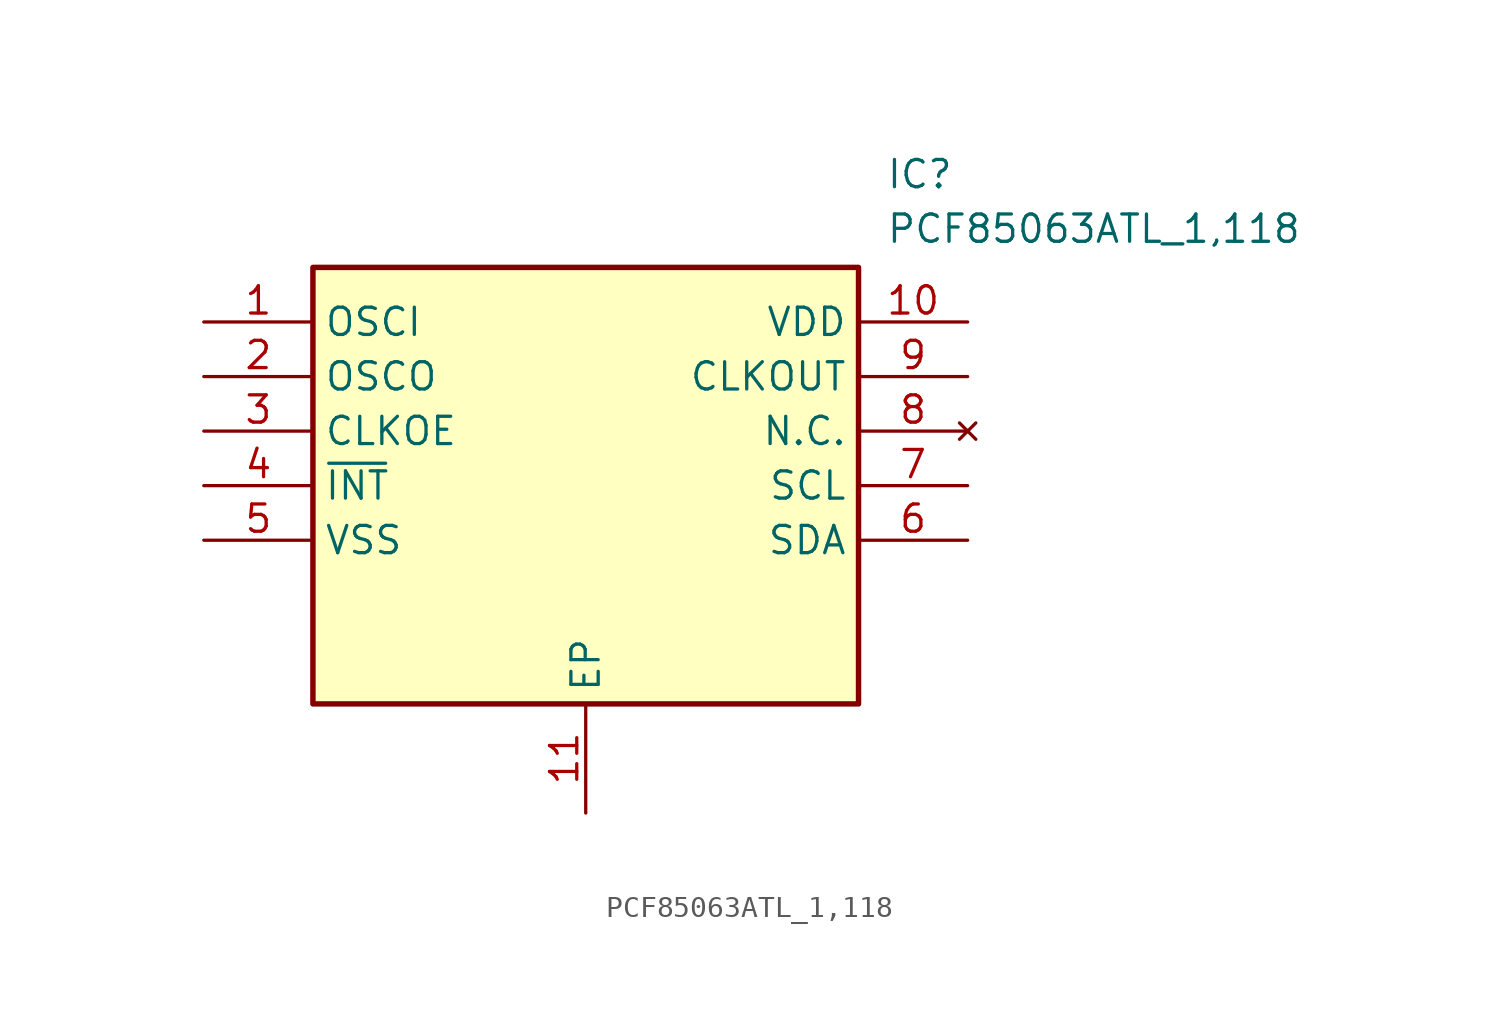
<source format=kicad_sym>
(kicad_symbol_lib
  (version 20211014)
  (generator SamacSys_ECAD_Model)
  (symbol "PCF85063ATL_1,118"
    (property "Reference" "IC"
      (at 31.75 7.62 0)
      (effects (font (size 1.27 1.27)) (justify left top)))
    (property "Value" "PCF85063ATL_1,118"
      (at 31.75 5.08 0)
      (effects (font (size 1.27 1.27)) (justify left top)))
    (rectangle
      (start 5.08 2.54)
      (end 30.48 -17.78)
      (stroke (width 0.254) (type default))
      (fill (type background)))
    (pin passive line
      (at 0 0 0)
      (length 5.08)
      (name "OSCI" (effects (font (size 1.27 1.27))))
      (number "1" (effects (font (size 1.27 1.27)))))
    (pin passive line
      (at 0 -2.54 0)
      (length 5.08)
      (name "OSCO" (effects (font (size 1.27 1.27))))
      (number "2" (effects (font (size 1.27 1.27)))))
    (pin passive line
      (at 0 -5.08 0)
      (length 5.08)
      (name "CLKOE" (effects (font (size 1.27 1.27))))
      (number "3" (effects (font (size 1.27 1.27)))))
    (pin passive line
      (at 0 -7.62 0)
      (length 5.08)
      (name "~{INT}" (effects (font (size 1.27 1.27))))
      (number "4" (effects (font (size 1.27 1.27)))))
    (pin passive line
      (at 0 -10.16 0)
      (length 5.08)
      (name "VSS" (effects (font (size 1.27 1.27))))
      (number "5" (effects (font (size 1.27 1.27)))))
    (pin passive line
      (at 17.78 -22.86 90)
      (length 5.08)
      (name "EP" (effects (font (size 1.27 1.27))))
      (number "11" (effects (font (size 1.27 1.27)))))
    (pin passive line
      (at 35.56 0 180)
      (length 5.08)
      (name "VDD" (effects (font (size 1.27 1.27))))
      (number "10" (effects (font (size 1.27 1.27)))))
    (pin passive line
      (at 35.56 -2.54 180)
      (length 5.08)
      (name "CLKOUT" (effects (font (size 1.27 1.27))))
      (number "9" (effects (font (size 1.27 1.27)))))
    (pin no_connect line
      (at 35.56 -5.08 180)
      (length 5.08)
      (name "N.C." (effects (font (size 1.27 1.27))))
      (number "8" (effects (font (size 1.27 1.27)))))
    (pin passive line
      (at 35.56 -7.62 180)
      (length 5.08)
      (name "SCL" (effects (font (size 1.27 1.27))))
      (number "7" (effects (font (size 1.27 1.27)))))
    (pin passive line
      (at 35.56 -10.16 180)
      (length 5.08)
      (name "SDA" (effects (font (size 1.27 1.27))))
      (number "6" (effects (font (size 1.27 1.27)))))))
</source>
